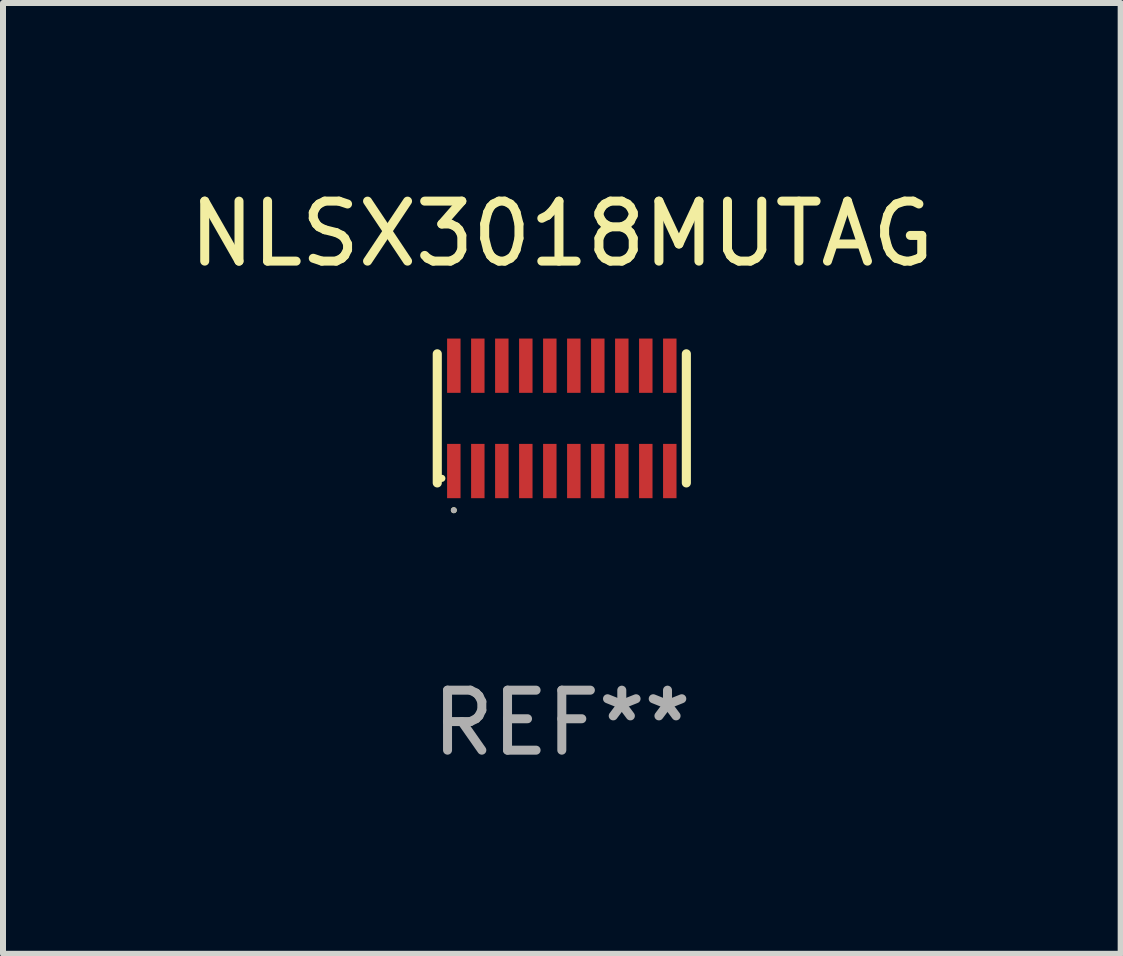
<source format=kicad_pcb>
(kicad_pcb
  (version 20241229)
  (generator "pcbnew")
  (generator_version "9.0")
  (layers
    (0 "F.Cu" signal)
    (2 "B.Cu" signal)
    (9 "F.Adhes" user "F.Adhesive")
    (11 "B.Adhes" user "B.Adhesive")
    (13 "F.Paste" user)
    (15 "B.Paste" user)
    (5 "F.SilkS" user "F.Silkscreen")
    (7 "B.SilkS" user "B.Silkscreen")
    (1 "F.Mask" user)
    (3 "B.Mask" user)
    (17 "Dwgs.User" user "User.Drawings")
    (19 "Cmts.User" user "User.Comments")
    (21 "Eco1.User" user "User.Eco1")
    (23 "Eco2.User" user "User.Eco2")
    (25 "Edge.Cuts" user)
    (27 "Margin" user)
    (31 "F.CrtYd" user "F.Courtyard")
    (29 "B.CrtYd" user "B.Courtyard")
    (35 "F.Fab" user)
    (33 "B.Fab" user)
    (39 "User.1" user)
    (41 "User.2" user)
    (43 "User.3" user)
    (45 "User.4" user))
  (footprint "NLSX3018MUTAG"
    (layer "F.Cu")
    (at 6.315 3.924)
    (property "Reference" "NLSX3018MUTAG" (at 0 -3.076 0) (layer "F.SilkS") (effects (font (size 1 1) (thickness 0.15))))
    (attr through_hole)
    (fp_line (start -2.076 1.076) (end -2.076 -1.076) (stroke (width 0.152) (type solid)) (layer "F.SilkS"))
    (fp_line (start 2.076 1.076) (end 2.076 -1.076) (stroke (width 0.152) (type solid)) (layer "F.SilkS"))
    (fp_circle (center -2 1) (end -1.97 1) (stroke (width 0.06) (type solid)) (fill no) (layer "F.SilkS"))
    (fp_circle (center -1.8 1.531) (end -1.775 1.531) (stroke (width 0.05) (type solid)) (fill no) (layer "F.SilkS"))
    (fp_circle (center -1.8 1.531) (end -1.775 1.531) (stroke (width 0.05) (type solid)) (fill no) (layer "F.Fab"))
    (fp_text user "REF**" (at 0 5.076 0) (layer "F.Fab") (effects (font (size 1 1) (thickness 0.15))))
    (pad "1" smd rect (at -1.8 0.878) (size 0.224 0.905) (layers "F.Cu" "F.Mask" "F.Paste"))
    (pad "2" smd rect (at -1.4 0.878) (size 0.224 0.905) (layers "F.Cu" "F.Mask" "F.Paste"))
    (pad "3" smd rect (at -1 0.878) (size 0.224 0.905) (layers "F.Cu" "F.Mask" "F.Paste"))
    (pad "4" smd rect (at -0.6 0.878) (size 0.224 0.905) (layers "F.Cu" "F.Mask" "F.Paste"))
    (pad "5" smd rect (at -0.2 0.878) (size 0.224 0.905) (layers "F.Cu" "F.Mask" "F.Paste"))
    (pad "6" smd rect (at 0.2 0.878) (size 0.224 0.905) (layers "F.Cu" "F.Mask" "F.Paste"))
    (pad "7" smd rect (at 0.6 0.878) (size 0.224 0.905) (layers "F.Cu" "F.Mask" "F.Paste"))
    (pad "8" smd rect (at 1 0.878) (size 0.224 0.905) (layers "F.Cu" "F.Mask" "F.Paste"))
    (pad "9" smd rect (at 1.4 0.878) (size 0.224 0.905) (layers "F.Cu" "F.Mask" "F.Paste"))
    (pad "10" smd rect (at 1.8 0.878) (size 0.224 0.905) (layers "F.Cu" "F.Mask" "F.Paste"))
    (pad "11" smd rect (at 1.8 -0.878) (size 0.224 0.905) (layers "F.Cu" "F.Mask" "F.Paste"))
    (pad "12" smd rect (at 1.4 -0.878) (size 0.224 0.905) (layers "F.Cu" "F.Mask" "F.Paste"))
    (pad "13" smd rect (at 1 -0.878) (size 0.224 0.905) (layers "F.Cu" "F.Mask" "F.Paste"))
    (pad "14" smd rect (at 0.6 -0.878) (size 0.224 0.905) (layers "F.Cu" "F.Mask" "F.Paste"))
    (pad "15" smd rect (at 0.2 -0.878) (size 0.224 0.905) (layers "F.Cu" "F.Mask" "F.Paste"))
    (pad "16" smd rect (at -0.2 -0.878) (size 0.224 0.905) (layers "F.Cu" "F.Mask" "F.Paste"))
    (pad "17" smd rect (at -0.6 -0.878) (size 0.224 0.905) (layers "F.Cu" "F.Mask" "F.Paste"))
    (pad "18" smd rect (at -1 -0.878) (size 0.224 0.905) (layers "F.Cu" "F.Mask" "F.Paste"))
    (pad "19" smd rect (at -1.4 -0.878) (size 0.224 0.905) (layers "F.Cu" "F.Mask" "F.Paste"))
    (pad "20" smd rect (at -1.8 -0.878) (size 0.224 0.905) (layers "F.Cu" "F.Mask" "F.Paste")))
  (gr_rect
    (start -3 -3)
    (end 15.631 12.849)
    (stroke (width 0.1) (type default))
    (fill no)
    (layer "Edge.Cuts")))
</source>
